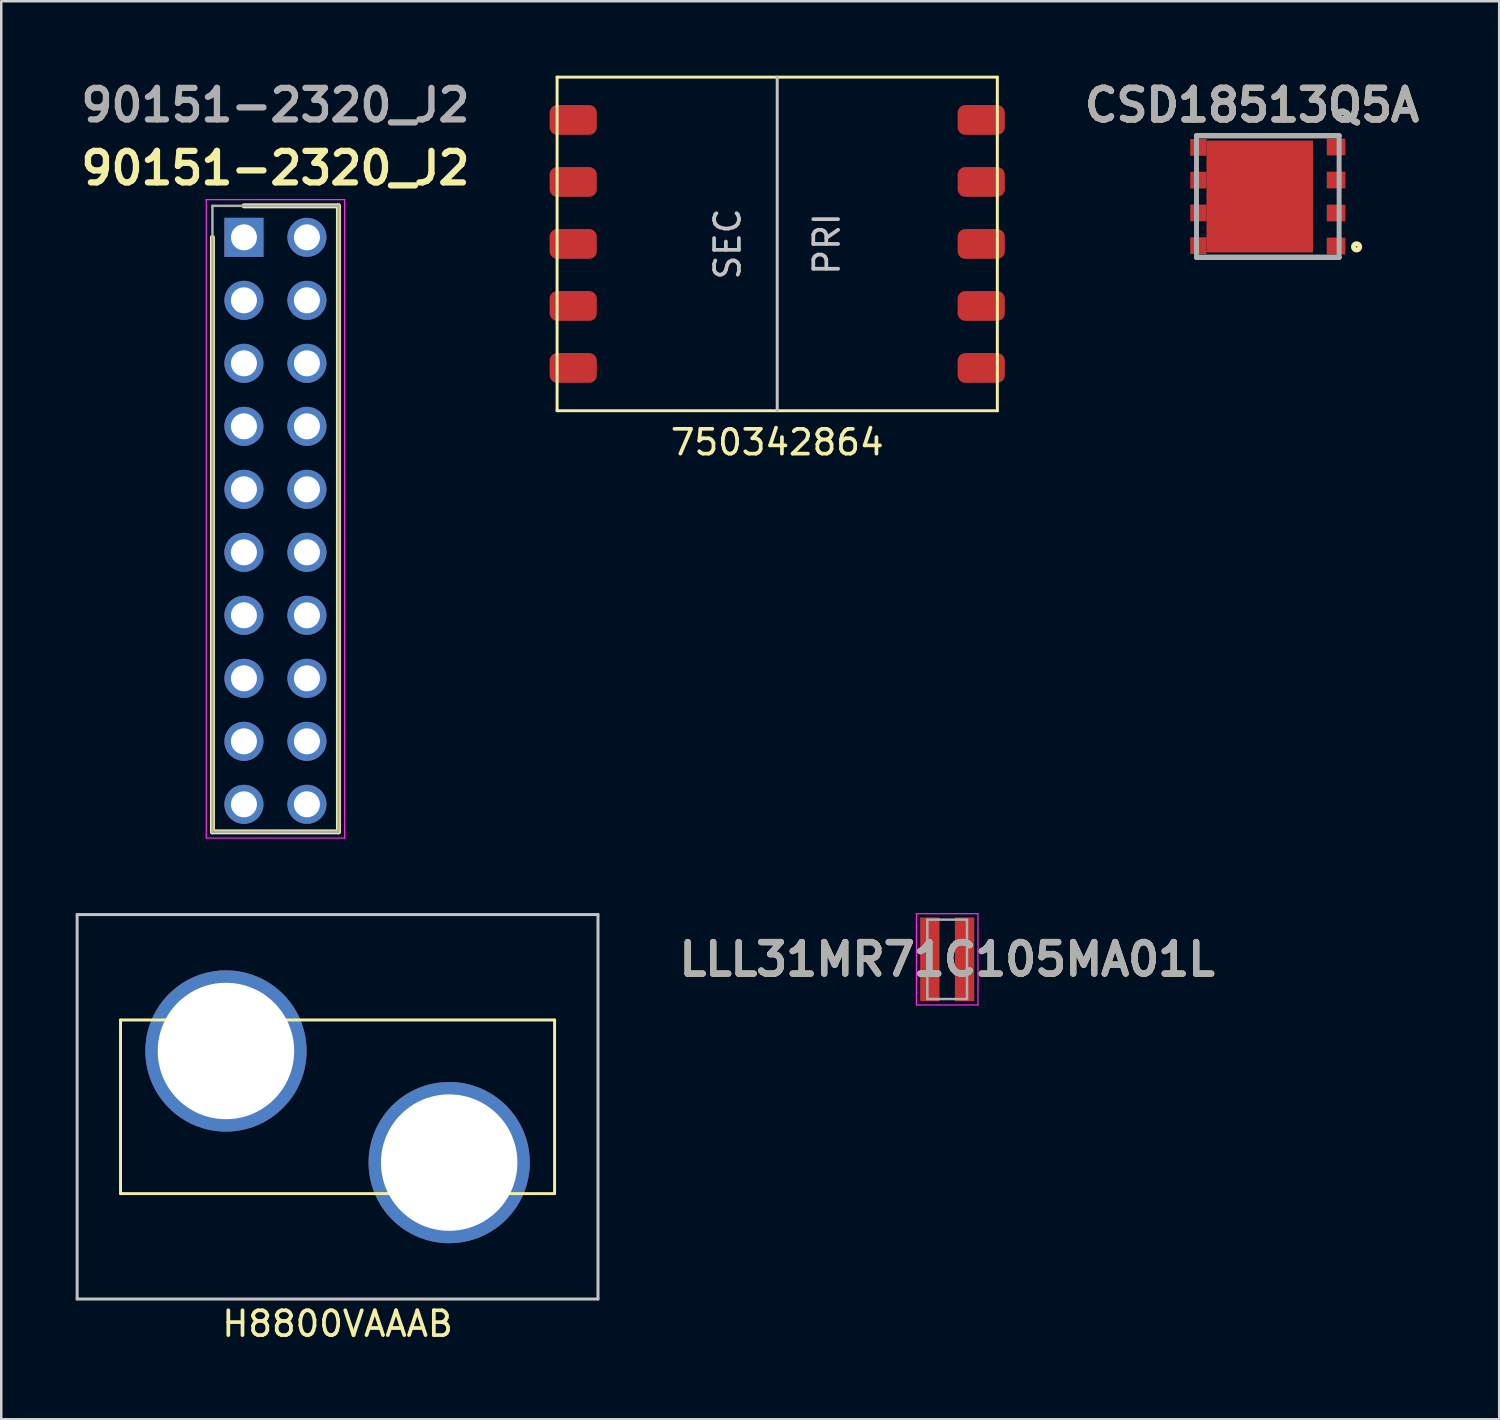
<source format=kicad_pcb>
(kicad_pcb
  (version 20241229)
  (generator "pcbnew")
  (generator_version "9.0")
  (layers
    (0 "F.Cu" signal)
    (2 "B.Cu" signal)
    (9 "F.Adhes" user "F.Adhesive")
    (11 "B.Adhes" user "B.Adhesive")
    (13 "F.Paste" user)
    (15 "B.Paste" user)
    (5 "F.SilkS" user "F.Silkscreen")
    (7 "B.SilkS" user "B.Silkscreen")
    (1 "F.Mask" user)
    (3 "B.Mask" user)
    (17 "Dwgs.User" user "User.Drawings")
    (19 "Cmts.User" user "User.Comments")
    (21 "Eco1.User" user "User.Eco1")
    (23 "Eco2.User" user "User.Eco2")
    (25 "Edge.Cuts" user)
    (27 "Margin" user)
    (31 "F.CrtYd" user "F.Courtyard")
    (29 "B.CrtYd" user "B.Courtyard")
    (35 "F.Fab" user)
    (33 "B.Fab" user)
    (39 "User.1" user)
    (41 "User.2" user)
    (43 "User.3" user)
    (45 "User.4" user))
  (footprint "LLL31MR71C105MA01L"
    (layer "F.Cu")
    (at 35.139 35.629)
    (property "Reference" "LLL31MR71C105MA01L" (at 0 0 0) (layer "F.SilkS") (effects (font (size 1.27 1.27) (thickness 0.254))))
    (attr smd)
    (fp_line (start -1.24 -1.84) (end 1.24 -1.84) (stroke (width 0.05) (type solid)) (layer "F.CrtYd"))
    (fp_line (start -1.24 1.84) (end -1.24 -1.84) (stroke (width 0.05) (type solid)) (layer "F.CrtYd"))
    (fp_line (start 1.24 -1.84) (end 1.24 1.84) (stroke (width 0.05) (type solid)) (layer "F.CrtYd"))
    (fp_line (start 1.24 1.84) (end -1.24 1.84) (stroke (width 0.05) (type solid)) (layer "F.CrtYd"))
    (fp_line (start -0.8 -1.6) (end 0.8 -1.6) (stroke (width 0.1) (type solid)) (layer "F.Fab"))
    (fp_line (start -0.8 1.6) (end -0.8 -1.6) (stroke (width 0.1) (type solid)) (layer "F.Fab"))
    (fp_line (start 0.8 -1.6) (end 0.8 1.6) (stroke (width 0.1) (type solid)) (layer "F.Fab"))
    (fp_line (start 0.8 1.6) (end -0.8 1.6) (stroke (width 0.1) (type solid)) (layer "F.Fab"))
    (fp_text user "${REFERENCE}" (at 0 0 0) (layer "F.Fab") (effects (font (size 1.27 1.27) (thickness 0.254))))
    (pad "1" smd rect (at -0.7 0) (size 0.78 3.38) (layers "F.Cu" "F.Mask" "F.Paste"))
    (pad "2" smd rect (at 0.7 0) (size 0.78 3.38) (layers "F.Cu" "F.Mask" "F.Paste")))
  (footprint "90151-2320_J2"
    (layer "F.Cu")
    (at 6.785 6.269)
    (property "Reference" "90151-2320_J2" (at 1.27 -2.54 0) (layer "F.SilkS") (effects (font (size 1.27 1.27) (thickness 0.254))))
    (attr through_hole)
    (fp_line (start -1.27 0.25) (end -1.27 24.22) (stroke (width 0.2) (type solid)) (layer "F.SilkS"))
    (fp_line (start -1.27 24.22) (end 3.81 24.22) (stroke (width 0.2) (type solid)) (layer "F.SilkS"))
    (fp_line (start 3.81 -1.02) (end 0 -1.02) (stroke (width 0.2) (type solid)) (layer "F.SilkS"))
    (fp_line (start 3.81 24.22) (end 3.81 -1.02) (stroke (width 0.2) (type solid)) (layer "F.SilkS"))
    (fp_line (start -1.52 -1.27) (end 4.06 -1.27) (stroke (width 0.05) (type solid)) (layer "F.CrtYd"))
    (fp_line (start -1.52 24.47) (end -1.52 -1.27) (stroke (width 0.05) (type solid)) (layer "F.CrtYd"))
    (fp_line (start 4.06 -1.27) (end 4.06 24.47) (stroke (width 0.05) (type solid)) (layer "F.CrtYd"))
    (fp_line (start 4.06 24.47) (end -1.52 24.47) (stroke (width 0.05) (type solid)) (layer "F.CrtYd"))
    (fp_line (start -1.27 -1.02) (end 3.81 -1.02) (stroke (width 0.1) (type solid)) (layer "F.Fab"))
    (fp_line (start -1.27 24.22) (end -1.27 -1.02) (stroke (width 0.1) (type solid)) (layer "F.Fab"))
    (fp_line (start 3.81 -1.02) (end 3.81 24.22) (stroke (width 0.1) (type solid)) (layer "F.Fab"))
    (fp_line (start 3.81 24.22) (end -1.27 24.22) (stroke (width 0.1) (type solid)) (layer "F.Fab"))
    (fp_text user "${REFERENCE}" (at 1.27 -5.08 0) (layer "F.Fab") (effects (font (size 1.27 1.27) (thickness 0.254))))
    (pad "11" thru_hole circle (at 2.54 23.11 270) (size 1.575 1.575) (drill 1.05) (layers "*.Cu" "*.Mask"))
    (pad "12" thru_hole circle (at 2.54 20.57 270) (size 1.575 1.575) (drill 1.05) (layers "*.Cu" "*.Mask"))
    (pad "13" thru_hole circle (at 2.54 18.03 270) (size 1.575 1.575) (drill 1.05) (layers "*.Cu" "*.Mask"))
    (pad "14" thru_hole circle (at 2.54 15.49 270) (size 1.575 1.575) (drill 1.05) (layers "*.Cu" "*.Mask"))
    (pad "15" thru_hole circle (at 2.54 12.95 270) (size 1.575 1.575) (drill 1.05) (layers "*.Cu" "*.Mask"))
    (pad "16" thru_hole circle (at 2.54 10.41 270) (size 1.575 1.575) (drill 1.05) (layers "*.Cu" "*.Mask"))
    (pad "17" thru_hole circle (at 2.54 7.87 270) (size 1.575 1.575) (drill 1.05) (layers "*.Cu" "*.Mask"))
    (pad "18" thru_hole circle (at 2.54 5.33 270) (size 1.575 1.575) (drill 1.05) (layers "*.Cu" "*.Mask"))
    (pad "19" thru_hole circle (at 2.54 2.79 270) (size 1.575 1.575) (drill 1.05) (layers "*.Cu" "*.Mask"))
    (pad "20" thru_hole circle (at 2.54 0.25 270) (size 1.575 1.575) (drill 1.05) (layers "*.Cu" "*.Mask"))
    (pad "31" thru_hole circle (at 0 23.11 270) (size 1.575 1.575) (drill 1.05) (layers "*.Cu" "*.Mask"))
    (pad "32" thru_hole circle (at 0 20.57 270) (size 1.575 1.575) (drill 1.05) (layers "*.Cu" "*.Mask"))
    (pad "33" thru_hole circle (at 0 18.03 270) (size 1.575 1.575) (drill 1.05) (layers "*.Cu" "*.Mask"))
    (pad "34" thru_hole circle (at 0 15.49 270) (size 1.575 1.575) (drill 1.05) (layers "*.Cu" "*.Mask"))
    (pad "35" thru_hole circle (at 0 12.95 270) (size 1.575 1.575) (drill 1.05) (layers "*.Cu" "*.Mask"))
    (pad "36" thru_hole circle (at 0 10.41 270) (size 1.575 1.575) (drill 1.05) (layers "*.Cu" "*.Mask"))
    (pad "37" thru_hole circle (at 0 7.87 270) (size 1.575 1.575) (drill 1.05) (layers "*.Cu" "*.Mask"))
    (pad "38" thru_hole circle (at 0 5.33 270) (size 1.575 1.575) (drill 1.05) (layers "*.Cu" "*.Mask"))
    (pad "39" thru_hole circle (at 0 2.79 270) (size 1.575 1.575) (drill 1.05) (layers "*.Cu" "*.Mask"))
    (pad "40" thru_hole rect (at 0 0.25 270) (size 1.575 1.575) (drill 1.05) (layers "*.Cu" "*.Mask")))
  (footprint "H8800VAAAB"
    (layer "F.Cu")
    (at 10.56 41.574)
    (property "Reference" "H8800VAAAB" (at 0 8.75 0) (layer "F.SilkS") (effects (font (size 1 1) (thickness 0.15))))
    (attr through_hole)
    (fp_line (start -8.75 -3.5) (end 8.75 -3.5) (stroke (width 0.12) (type solid)) (layer "F.SilkS"))
    (fp_line (start -8.75 3.5) (end -8.75 -3.5) (stroke (width 0.12) (type solid)) (layer "F.SilkS"))
    (fp_line (start 8.75 -3.5) (end 8.75 3.5) (stroke (width 0.12) (type solid)) (layer "F.SilkS"))
    (fp_line (start 8.75 3.5) (end -8.75 3.5) (stroke (width 0.12) (type solid)) (layer "F.SilkS"))
    (fp_line (start -10.5 -7.75) (end -10.5 7.75) (stroke (width 0.12) (type solid)) (layer "Dwgs.User"))
    (fp_line (start -10.5 7.75) (end 10.5 7.75) (stroke (width 0.12) (type solid)) (layer "Dwgs.User"))
    (fp_line (start 10.5 -7.75) (end -10.5 -7.75) (stroke (width 0.12) (type solid)) (layer "Dwgs.User"))
    (fp_line (start 10.5 7.75) (end 10.5 -7.75) (stroke (width 0.12) (type solid)) (layer "Dwgs.User"))
    (pad "1" thru_hole circle (at 4.5 2.25) (size 6.5 6.5) (drill 5.5) (layers "*.Cu" "*.Mask"))
    (pad "2" thru_hole circle (at -4.5 -2.25) (size 6.5 6.5) (drill 5.5) (layers "*.Cu" "*.Mask")))
  (footprint "750342864"
    (layer "F.Cu")
    (at 28.286 6.785)
    (property "Reference" "750342864" (at 0 8 0) (layer "F.SilkS") (effects (font (size 1 1) (thickness 0.15))))
    (attr through_hole)
    (fp_line (start -8.875 -6.725) (end -8.875 6.725) (stroke (width 0.12) (type solid)) (layer "F.SilkS"))
    (fp_line (start -8.875 6.725) (end 8.875 6.725) (stroke (width 0.12) (type solid)) (layer "F.SilkS"))
    (fp_line (start 8.875 -6.725) (end -8.875 -6.725) (stroke (width 0.12) (type solid)) (layer "F.SilkS"))
    (fp_line (start 8.875 6.725) (end 8.875 -6.725) (stroke (width 0.12) (type solid)) (layer "F.SilkS"))
    (fp_line (start 0 -6.725) (end 0 6.725) (stroke (width 0.12) (type solid)) (layer "Dwgs.User"))
    (fp_text user "PRI" (at 2 0 270) (layer "Dwgs.User") (effects (font (size 1 1) (thickness 0.15))))
    (fp_text user "SEC" (at -2 0 270) (layer "Dwgs.User") (effects (font (size 1 1) (thickness 0.15))))
    (pad "1" smd roundrect (at 8.225 5) (size 1.9 1.2) (layers "F.Cu" "F.Mask" "F.Paste") (roundrect_rratio 0.25))
    (pad "2" smd roundrect (at 8.225 2.5) (size 1.9 1.2) (layers "F.Cu" "F.Mask" "F.Paste") (roundrect_rratio 0.25))
    (pad "3" smd roundrect (at 8.225 0) (size 1.9 1.2) (layers "F.Cu" "F.Mask" "F.Paste") (roundrect_rratio 0.25))
    (pad "4" smd roundrect (at 8.225 -2.5) (size 1.9 1.2) (layers "F.Cu" "F.Mask" "F.Paste") (roundrect_rratio 0.25))
    (pad "5" smd roundrect (at 8.225 -5) (size 1.9 1.2) (layers "F.Cu" "F.Mask" "F.Paste") (roundrect_rratio 0.25))
    (pad "6" smd roundrect (at -8.225 -5) (size 1.9 1.2) (layers "F.Cu" "F.Mask" "F.Paste") (roundrect_rratio 0.25))
    (pad "7" smd roundrect (at -8.225 -2.5) (size 1.9 1.2) (layers "F.Cu" "F.Mask" "F.Paste") (roundrect_rratio 0.25))
    (pad "8" smd roundrect (at -8.225 0) (size 1.9 1.2) (layers "F.Cu" "F.Mask" "F.Paste") (roundrect_rratio 0.25))
    (pad "9" smd roundrect (at -8.225 2.5) (size 1.9 1.2) (layers "F.Cu" "F.Mask" "F.Paste") (roundrect_rratio 0.25))
    (pad "10" smd roundrect (at -8.225 5) (size 1.9 1.2) (layers "F.Cu" "F.Mask" "F.Paste") (roundrect_rratio 0.25)))
  (footprint "CSD18513Q5A"
    (layer "F.Cu")
    (at 48.066 4.873)
    (property "Reference" "CSD18513Q5A" (at -0.638 -3.684 0) (layer "F.SilkS") (effects (font (size 1.27 1.27) (thickness 0.254))))
    (attr smd)
    (fp_line (start -2.875 2.45) (end 2.875 2.45) (stroke (width 0.2) (type solid)) (layer "F.SilkS"))
    (fp_line (start 2.875 -2.45) (end -2.875 -2.45) (stroke (width 0.2) (type solid)) (layer "F.SilkS"))
    (fp_circle (center 3.579 2.03) (end 3.579 2.056) (stroke (width 0.2) (type solid)) (fill no) (layer "F.SilkS"))
    (fp_line (start -2.875 -2.45) (end 2.875 -2.45) (stroke (width 0.2) (type solid)) (layer "F.Fab"))
    (fp_line (start -2.875 2.45) (end -2.875 -2.45) (stroke (width 0.2) (type solid)) (layer "F.Fab"))
    (fp_line (start 2.875 -2.45) (end 2.875 2.45) (stroke (width 0.2) (type solid)) (layer "F.Fab"))
    (fp_line (start 2.875 2.45) (end -2.875 2.45) (stroke (width 0.2) (type solid)) (layer "F.Fab"))
    (fp_text user "${REFERENCE}" (at -0.638 -3.684 0) (layer "F.Fab") (effects (font (size 1.27 1.27) (thickness 0.254))))
    (pad "1" smd rect (at 2.752 1.995 90) (size 0.675 0.75) (layers "F.Cu" "F.Mask" "F.Paste"))
    (pad "2" smd rect (at 2.752 0.665 90) (size 0.675 0.75) (layers "F.Cu" "F.Mask" "F.Paste"))
    (pad "3" smd rect (at 2.752 -0.665 90) (size 0.675 0.75) (layers "F.Cu" "F.Mask" "F.Paste"))
    (pad "4" smd rect (at 2.752 -1.995 90) (size 0.675 0.75) (layers "F.Cu" "F.Mask" "F.Paste"))
    (pad "5" smd rect (at -2.8 -1.98) (size 0.655 0.675) (layers "F.Cu" "F.Mask" "F.Paste"))
    (pad "6" smd rect (at -2.8 -0.66) (size 0.655 0.675) (layers "F.Cu" "F.Mask" "F.Paste"))
    (pad "7" smd rect (at -2.8 0.66) (size 0.655 0.675) (layers "F.Cu" "F.Mask" "F.Paste"))
    (pad "8" smd rect (at -2.8 1.98) (size 0.655 0.675) (layers "F.Cu" "F.Mask" "F.Paste"))
    (pad "9" smd rect (at -0.325 0) (size 4.295 4.51) (layers "F.Cu" "F.Mask" "F.Paste")))
  (gr_rect
    (start -3 -3)
    (end 57.395 54.172)
    (stroke (width 0.1) (type default))
    (fill no)
    (layer "Edge.Cuts")))
</source>
